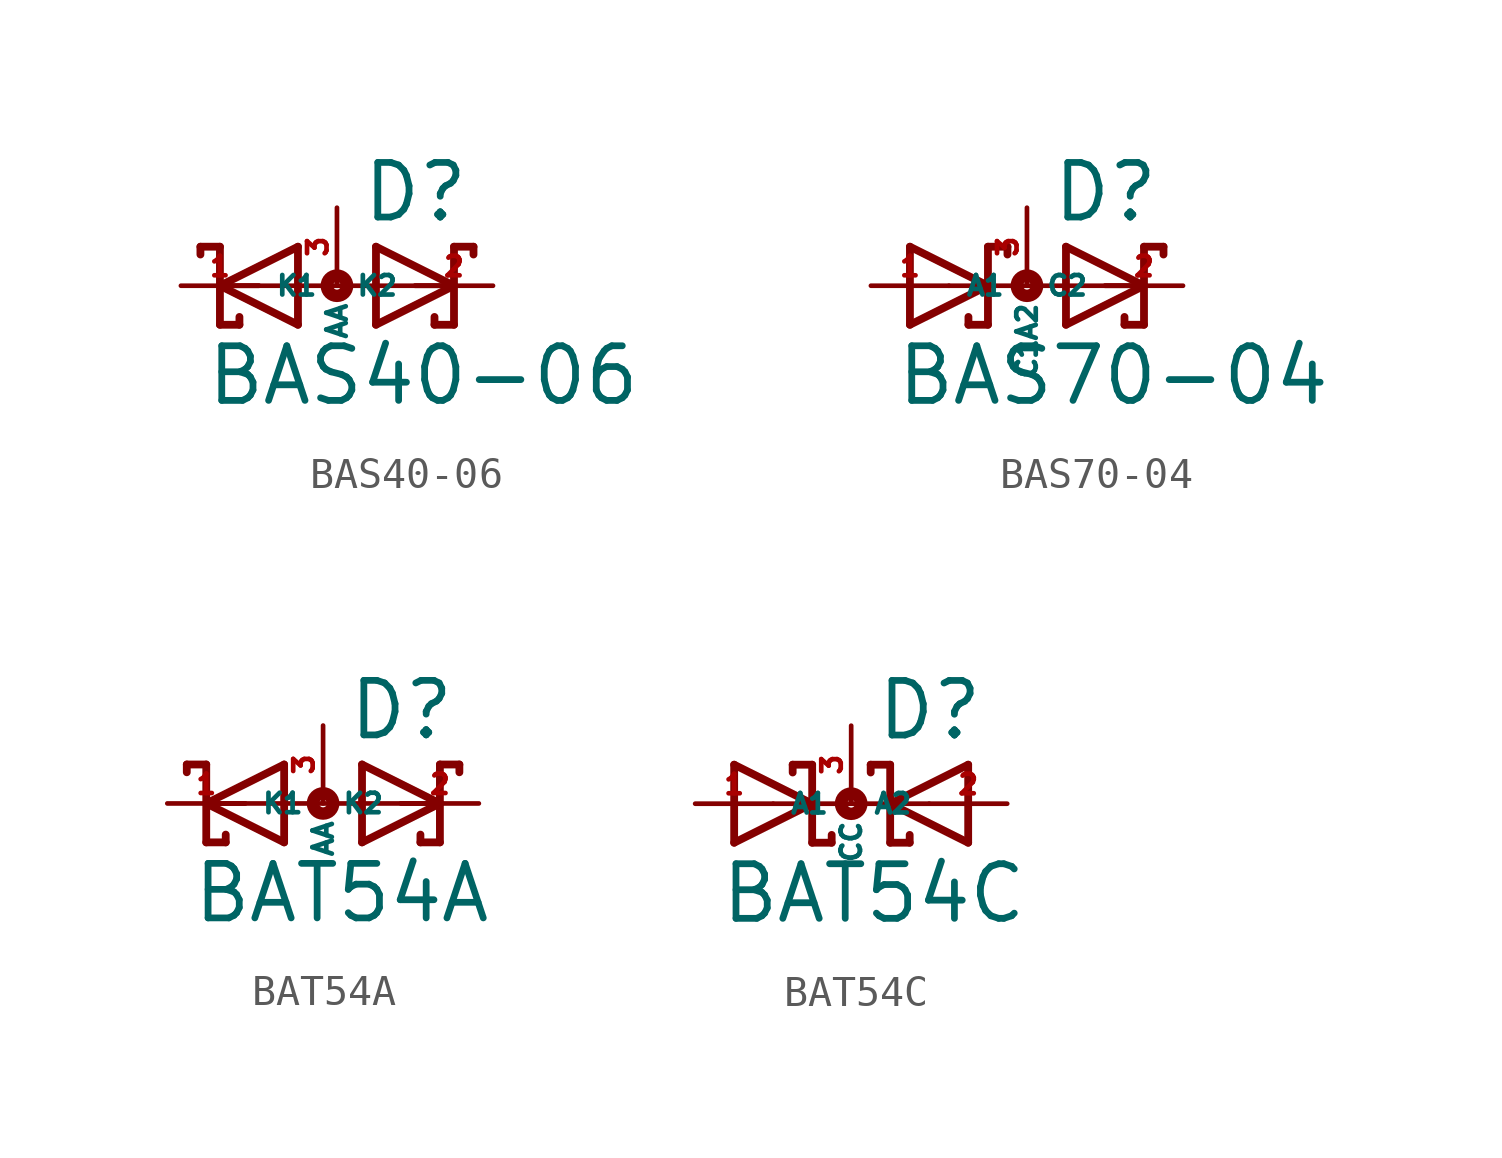
<source format=kicad_sym>
(kicad_symbol_lib
  (version 20220914)
  (generator Eagle2Kicad)
  (symbol "BAS40-06"
    (property "Reference" "D"
      (at 0.762 2.007 0)
      (effects (font (size 1.778 1.778) (thickness 0.22)) (justify left bottom)))
    (property "Value" "BAS40-06"
      (at -4.318 -3.962 0)
      (effects (font (size 1.778 1.778) (thickness 0.22)) (justify left bottom)))
    (polyline
      (pts (xy -1.27 -1.27) (xy -3.81 0))
      (stroke (width 0.254) (type default))
      (fill (type none)))
    (polyline
      (pts (xy -3.81 0) (xy -1.27 1.27))
      (stroke (width 0.254) (type default))
      (fill (type none)))
    (polyline
      (pts (xy -2.54 0) (xy -3.81 0))
      (stroke (width 0.152) (type default))
      (fill (type none)))
    (polyline
      (pts (xy -1.27 1.27) (xy -1.27 -1.27))
      (stroke (width 0.254) (type default))
      (fill (type none)))
    (polyline
      (pts (xy 1.27 1.27) (xy 3.81 0))
      (stroke (width 0.254) (type default))
      (fill (type none)))
    (polyline
      (pts (xy 3.81 0) (xy 1.27 -1.27))
      (stroke (width 0.254) (type default))
      (fill (type none)))
    (polyline
      (pts (xy 2.54 0) (xy 3.81 0))
      (stroke (width 0.152) (type default))
      (fill (type none)))
    (polyline
      (pts (xy 1.27 -1.27) (xy 1.27 1.27))
      (stroke (width 0.254) (type default))
      (fill (type none)))
    (polyline
      (pts (xy -4.445 1.016) (xy -4.445 1.27))
      (stroke (width 0.254) (type default))
      (fill (type none)))
    (polyline
      (pts (xy -4.445 1.27) (xy -3.81 1.27))
      (stroke (width 0.254) (type default))
      (fill (type none)))
    (polyline
      (pts (xy -3.81 1.27) (xy -3.81 0))
      (stroke (width 0.254) (type default))
      (fill (type none)))
    (polyline
      (pts (xy -3.175 -1.016) (xy -3.175 -1.27))
      (stroke (width 0.254) (type default))
      (fill (type none)))
    (polyline
      (pts (xy -3.81 0) (xy -3.81 -1.27))
      (stroke (width 0.254) (type default))
      (fill (type none)))
    (polyline
      (pts (xy -3.81 -1.27) (xy -3.175 -1.27))
      (stroke (width 0.254) (type default))
      (fill (type none)))
    (polyline
      (pts (xy 3.175 -1.016) (xy 3.175 -1.27))
      (stroke (width 0.254) (type default))
      (fill (type none)))
    (polyline
      (pts (xy 3.175 -1.27) (xy 3.81 -1.27))
      (stroke (width 0.254) (type default))
      (fill (type none)))
    (polyline
      (pts (xy 3.81 -1.27) (xy 3.81 0))
      (stroke (width 0.254) (type default))
      (fill (type none)))
    (polyline
      (pts (xy 4.445 1.016) (xy 4.445 1.27))
      (stroke (width 0.254) (type default))
      (fill (type none)))
    (polyline
      (pts (xy 3.81 0) (xy 3.81 1.27))
      (stroke (width 0.254) (type default))
      (fill (type none)))
    (polyline
      (pts (xy 3.81 1.27) (xy 4.445 1.27))
      (stroke (width 0.254) (type default))
      (fill (type none)))
    (polyline
      (pts (xy -3.81 0) (xy 3.81 0))
      (stroke (width 0.152) (type default))
      (fill (type none)))
    (circle
      (center 0 0)
      (radius 0.127)
      (stroke (width 0.406) (type default))
      (fill (type none)))
    (pin passive line
      (at -5.08 0 0)
      (length 2.54)
      (name "K1" (effects (font (size 0.635 0.635) (thickness 0.08)) (justify left bottom)))
      (number "1" (effects (font (size 0.635 0.635) (thickness 0.08)) (justify left bottom))))
    (pin passive line
      (at 5.08 0 180)
      (length 2.54)
      (name "K2" (effects (font (size 0.635 0.635) (thickness 0.08)) (justify left bottom)))
      (number "2" (effects (font (size 0.635 0.635) (thickness 0.08)) (justify left bottom))))
    (pin passive line
      (at 0 2.54 270)
      (length 2.54)
      (name "AA" (effects (font (size 0.635 0.635) (thickness 0.08)) (justify left bottom)))
      (number "3" (effects (font (size 0.635 0.635) (thickness 0.08)) (justify left bottom)))))
  (symbol "BAS70-04"
    (property "Reference" "D"
      (at 0.762 2.007 0)
      (effects (font (size 1.778 1.778) (thickness 0.22)) (justify left bottom)))
    (property "Value" "BAS70-04"
      (at -4.318 -3.962 0)
      (effects (font (size 1.778 1.778) (thickness 0.22)) (justify left bottom)))
    (polyline
      (pts (xy -3.81 -1.27) (xy -1.27 0))
      (stroke (width 0.254) (type default))
      (fill (type none)))
    (polyline
      (pts (xy -1.27 0) (xy -3.81 1.27))
      (stroke (width 0.254) (type default))
      (fill (type none)))
    (polyline
      (pts (xy -2.54 0) (xy -1.27 0))
      (stroke (width 0.152) (type default))
      (fill (type none)))
    (polyline
      (pts (xy -3.81 1.27) (xy -3.81 -1.27))
      (stroke (width 0.254) (type default))
      (fill (type none)))
    (polyline
      (pts (xy 1.27 1.27) (xy 3.81 0))
      (stroke (width 0.254) (type default))
      (fill (type none)))
    (polyline
      (pts (xy 3.81 0) (xy 1.27 -1.27))
      (stroke (width 0.254) (type default))
      (fill (type none)))
    (polyline
      (pts (xy 2.54 0) (xy 3.81 0))
      (stroke (width 0.152) (type default))
      (fill (type none)))
    (polyline
      (pts (xy 1.27 -1.27) (xy 1.27 1.27))
      (stroke (width 0.254) (type default))
      (fill (type none)))
    (polyline
      (pts (xy -0.635 1.016) (xy -0.635 1.27))
      (stroke (width 0.254) (type default))
      (fill (type none)))
    (polyline
      (pts (xy -0.635 1.27) (xy -1.27 1.27))
      (stroke (width 0.254) (type default))
      (fill (type none)))
    (polyline
      (pts (xy -1.27 1.27) (xy -1.27 0))
      (stroke (width 0.254) (type default))
      (fill (type none)))
    (polyline
      (pts (xy -1.905 -1.016) (xy -1.905 -1.27))
      (stroke (width 0.254) (type default))
      (fill (type none)))
    (polyline
      (pts (xy -1.27 0) (xy -1.27 -1.27))
      (stroke (width 0.254) (type default))
      (fill (type none)))
    (polyline
      (pts (xy -1.27 -1.27) (xy -1.905 -1.27))
      (stroke (width 0.254) (type default))
      (fill (type none)))
    (polyline
      (pts (xy 3.175 -1.016) (xy 3.175 -1.27))
      (stroke (width 0.254) (type default))
      (fill (type none)))
    (polyline
      (pts (xy 3.175 -1.27) (xy 3.81 -1.27))
      (stroke (width 0.254) (type default))
      (fill (type none)))
    (polyline
      (pts (xy 3.81 -1.27) (xy 3.81 0))
      (stroke (width 0.254) (type default))
      (fill (type none)))
    (polyline
      (pts (xy 4.445 1.016) (xy 4.445 1.27))
      (stroke (width 0.254) (type default))
      (fill (type none)))
    (polyline
      (pts (xy 3.81 0) (xy 3.81 1.27))
      (stroke (width 0.254) (type default))
      (fill (type none)))
    (polyline
      (pts (xy 3.81 1.27) (xy 4.445 1.27))
      (stroke (width 0.254) (type default))
      (fill (type none)))
    (polyline
      (pts (xy -1.27 0) (xy 3.81 0))
      (stroke (width 0.152) (type default))
      (fill (type none)))
    (circle
      (center 0 0)
      (radius 0.127)
      (stroke (width 0.406) (type default))
      (fill (type none)))
    (pin passive line
      (at -5.08 0 0)
      (length 2.54)
      (name "A1" (effects (font (size 0.635 0.635) (thickness 0.08)) (justify left bottom)))
      (number "1" (effects (font (size 0.635 0.635) (thickness 0.08)) (justify left bottom))))
    (pin passive line
      (at 5.08 0 180)
      (length 2.54)
      (name "C2" (effects (font (size 0.635 0.635) (thickness 0.08)) (justify left bottom)))
      (number "2" (effects (font (size 0.635 0.635) (thickness 0.08)) (justify left bottom))))
    (pin passive line
      (at 0 2.54 270)
      (length 2.54)
      (name "C1A2" (effects (font (size 0.635 0.635) (thickness 0.08)) (justify left bottom)))
      (number "3" (effects (font (size 0.635 0.635) (thickness 0.08)) (justify left bottom)))))
  (symbol "BAT54A"
    (property "Reference" "D"
      (at 0.762 2.007 0)
      (effects (font (size 1.778 1.778) (thickness 0.22)) (justify left bottom)))
    (property "Value" "BAT54A"
      (at -4.318 -3.962 0)
      (effects (font (size 1.778 1.778) (thickness 0.22)) (justify left bottom)))
    (polyline
      (pts (xy -1.27 -1.27) (xy -3.81 0))
      (stroke (width 0.254) (type default))
      (fill (type none)))
    (polyline
      (pts (xy -3.81 0) (xy -1.27 1.27))
      (stroke (width 0.254) (type default))
      (fill (type none)))
    (polyline
      (pts (xy -2.54 0) (xy -3.81 0))
      (stroke (width 0.152) (type default))
      (fill (type none)))
    (polyline
      (pts (xy -1.27 1.27) (xy -1.27 -1.27))
      (stroke (width 0.254) (type default))
      (fill (type none)))
    (polyline
      (pts (xy 1.27 1.27) (xy 3.81 0))
      (stroke (width 0.254) (type default))
      (fill (type none)))
    (polyline
      (pts (xy 3.81 0) (xy 1.27 -1.27))
      (stroke (width 0.254) (type default))
      (fill (type none)))
    (polyline
      (pts (xy 2.54 0) (xy 3.81 0))
      (stroke (width 0.152) (type default))
      (fill (type none)))
    (polyline
      (pts (xy 1.27 -1.27) (xy 1.27 1.27))
      (stroke (width 0.254) (type default))
      (fill (type none)))
    (polyline
      (pts (xy -4.445 1.016) (xy -4.445 1.27))
      (stroke (width 0.254) (type default))
      (fill (type none)))
    (polyline
      (pts (xy -4.445 1.27) (xy -3.81 1.27))
      (stroke (width 0.254) (type default))
      (fill (type none)))
    (polyline
      (pts (xy -3.81 1.27) (xy -3.81 0))
      (stroke (width 0.254) (type default))
      (fill (type none)))
    (polyline
      (pts (xy -3.175 -1.016) (xy -3.175 -1.27))
      (stroke (width 0.254) (type default))
      (fill (type none)))
    (polyline
      (pts (xy -3.81 0) (xy -3.81 -1.27))
      (stroke (width 0.254) (type default))
      (fill (type none)))
    (polyline
      (pts (xy -3.81 -1.27) (xy -3.175 -1.27))
      (stroke (width 0.254) (type default))
      (fill (type none)))
    (polyline
      (pts (xy 3.175 -1.016) (xy 3.175 -1.27))
      (stroke (width 0.254) (type default))
      (fill (type none)))
    (polyline
      (pts (xy 3.175 -1.27) (xy 3.81 -1.27))
      (stroke (width 0.254) (type default))
      (fill (type none)))
    (polyline
      (pts (xy 3.81 -1.27) (xy 3.81 0))
      (stroke (width 0.254) (type default))
      (fill (type none)))
    (polyline
      (pts (xy 4.445 1.016) (xy 4.445 1.27))
      (stroke (width 0.254) (type default))
      (fill (type none)))
    (polyline
      (pts (xy 3.81 0) (xy 3.81 1.27))
      (stroke (width 0.254) (type default))
      (fill (type none)))
    (polyline
      (pts (xy 3.81 1.27) (xy 4.445 1.27))
      (stroke (width 0.254) (type default))
      (fill (type none)))
    (polyline
      (pts (xy -3.81 0) (xy 3.81 0))
      (stroke (width 0.152) (type default))
      (fill (type none)))
    (circle
      (center 0 0)
      (radius 0.127)
      (stroke (width 0.406) (type default))
      (fill (type none)))
    (pin passive line
      (at -5.08 0 0)
      (length 2.54)
      (name "K1" (effects (font (size 0.635 0.635) (thickness 0.08)) (justify left bottom)))
      (number "1" (effects (font (size 0.635 0.635) (thickness 0.08)) (justify left bottom))))
    (pin passive line
      (at 5.08 0 180)
      (length 2.54)
      (name "K2" (effects (font (size 0.635 0.635) (thickness 0.08)) (justify left bottom)))
      (number "2" (effects (font (size 0.635 0.635) (thickness 0.08)) (justify left bottom))))
    (pin passive line
      (at 0 2.54 270)
      (length 2.54)
      (name "AA" (effects (font (size 0.635 0.635) (thickness 0.08)) (justify left bottom)))
      (number "3" (effects (font (size 0.635 0.635) (thickness 0.08)) (justify left bottom)))))
  (symbol "BAT54C"
    (property "Reference" "D"
      (at 0.762 2.007 0)
      (effects (font (size 1.778 1.778) (thickness 0.22)) (justify left bottom)))
    (property "Value" "BAT54C"
      (at -4.318 -3.962 0)
      (effects (font (size 1.778 1.778) (thickness 0.22)) (justify left bottom)))
    (polyline
      (pts (xy -3.81 1.27) (xy -1.27 0))
      (stroke (width 0.254) (type default))
      (fill (type none)))
    (polyline
      (pts (xy -1.27 0) (xy -3.81 -1.27))
      (stroke (width 0.254) (type default))
      (fill (type none)))
    (polyline
      (pts (xy -2.54 0) (xy -1.27 0))
      (stroke (width 0.152) (type default))
      (fill (type none)))
    (polyline
      (pts (xy -3.81 -1.27) (xy -3.81 1.27))
      (stroke (width 0.254) (type default))
      (fill (type none)))
    (polyline
      (pts (xy 3.81 -1.27) (xy 1.27 0))
      (stroke (width 0.254) (type default))
      (fill (type none)))
    (polyline
      (pts (xy 1.27 0) (xy 3.81 1.27))
      (stroke (width 0.254) (type default))
      (fill (type none)))
    (polyline
      (pts (xy 2.54 0) (xy 1.27 0))
      (stroke (width 0.152) (type default))
      (fill (type none)))
    (polyline
      (pts (xy 3.81 1.27) (xy 3.81 -1.27))
      (stroke (width 0.254) (type default))
      (fill (type none)))
    (polyline
      (pts (xy -0.635 -1.016) (xy -0.635 -1.27))
      (stroke (width 0.254) (type default))
      (fill (type none)))
    (polyline
      (pts (xy -0.635 -1.27) (xy -1.27 -1.27))
      (stroke (width 0.254) (type default))
      (fill (type none)))
    (polyline
      (pts (xy -1.27 -1.27) (xy -1.27 0))
      (stroke (width 0.254) (type default))
      (fill (type none)))
    (polyline
      (pts (xy -1.905 1.016) (xy -1.905 1.27))
      (stroke (width 0.254) (type default))
      (fill (type none)))
    (polyline
      (pts (xy -1.27 0) (xy -1.27 1.27))
      (stroke (width 0.254) (type default))
      (fill (type none)))
    (polyline
      (pts (xy -1.27 1.27) (xy -1.905 1.27))
      (stroke (width 0.254) (type default))
      (fill (type none)))
    (polyline
      (pts (xy 1.905 -1.016) (xy 1.905 -1.27))
      (stroke (width 0.254) (type default))
      (fill (type none)))
    (polyline
      (pts (xy 1.905 -1.27) (xy 1.27 -1.27))
      (stroke (width 0.254) (type default))
      (fill (type none)))
    (polyline
      (pts (xy 1.27 -1.27) (xy 1.27 0))
      (stroke (width 0.254) (type default))
      (fill (type none)))
    (polyline
      (pts (xy 0.635 1.016) (xy 0.635 1.27))
      (stroke (width 0.254) (type default))
      (fill (type none)))
    (polyline
      (pts (xy 1.27 0) (xy 1.27 1.27))
      (stroke (width 0.254) (type default))
      (fill (type none)))
    (polyline
      (pts (xy 1.27 1.27) (xy 0.635 1.27))
      (stroke (width 0.254) (type default))
      (fill (type none)))
    (polyline
      (pts (xy -1.27 0) (xy 1.27 0))
      (stroke (width 0.152) (type default))
      (fill (type none)))
    (circle
      (center 0 0)
      (radius 0.127)
      (stroke (width 0.406) (type default))
      (fill (type none)))
    (pin passive line
      (at -5.08 0 0)
      (length 2.54)
      (name "A1" (effects (font (size 0.635 0.635) (thickness 0.08)) (justify left bottom)))
      (number "1" (effects (font (size 0.635 0.635) (thickness 0.08)) (justify left bottom))))
    (pin passive line
      (at 5.08 0 180)
      (length 2.54)
      (name "A2" (effects (font (size 0.635 0.635) (thickness 0.08)) (justify left bottom)))
      (number "2" (effects (font (size 0.635 0.635) (thickness 0.08)) (justify left bottom))))
    (pin passive line
      (at 0 2.54 270)
      (length 2.54)
      (name "CC" (effects (font (size 0.635 0.635) (thickness 0.08)) (justify left bottom)))
      (number "3" (effects (font (size 0.635 0.635) (thickness 0.08)) (justify left bottom))))))
</source>
